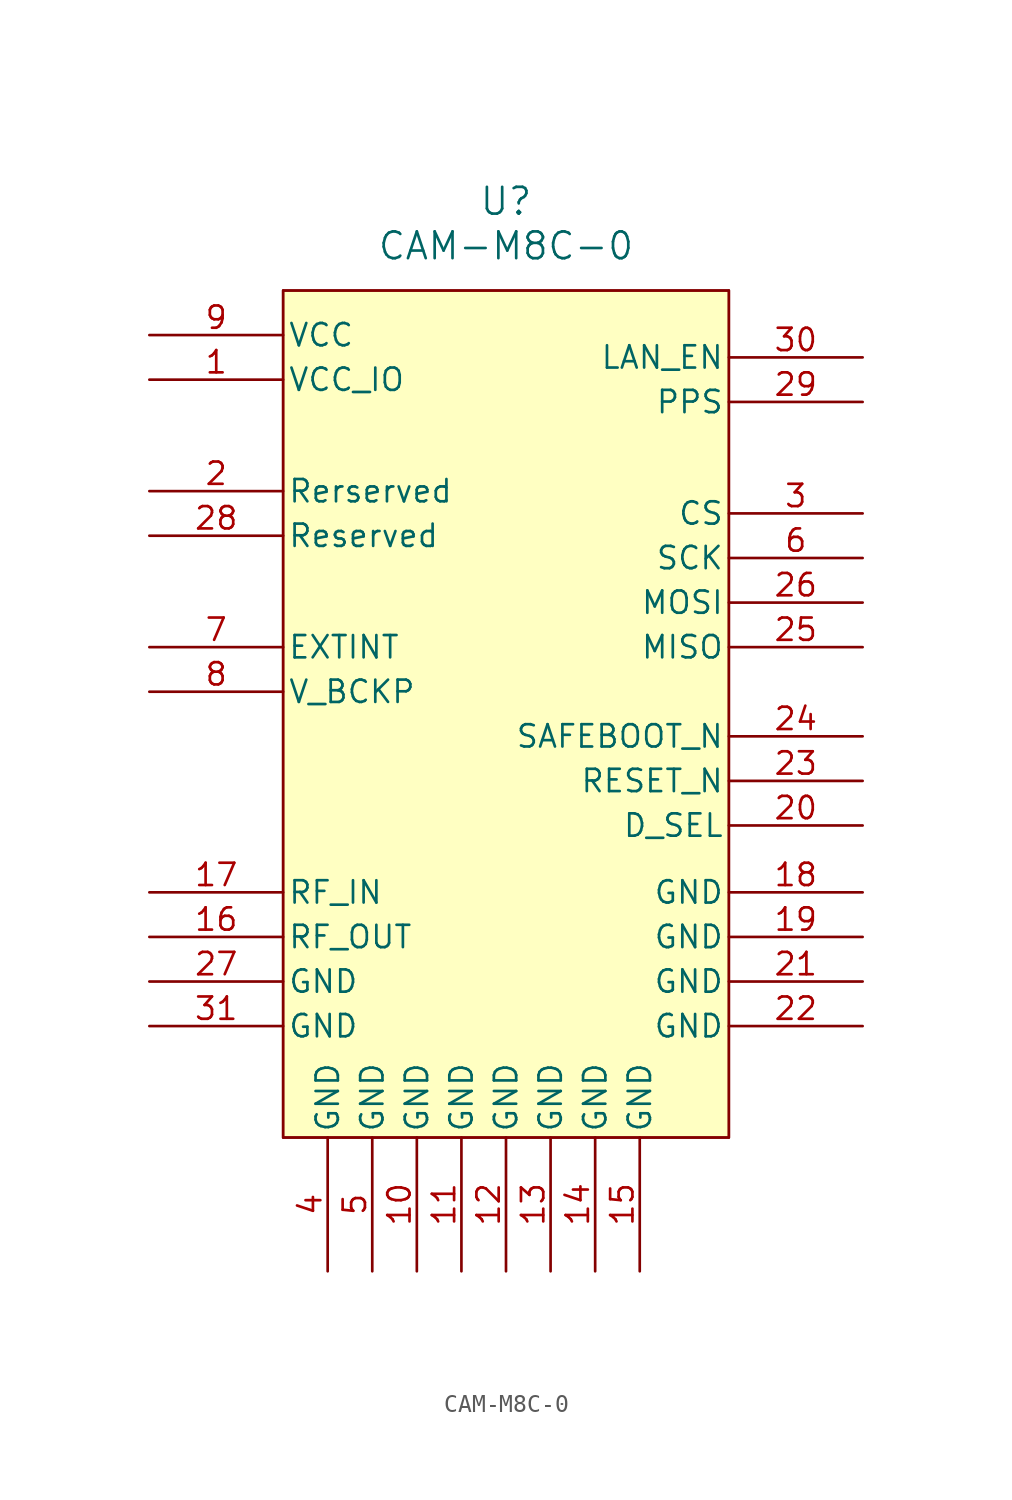
<source format=kicad_sym>
(kicad_symbol_lib
  (version 20220914)
  (generator kicad_symbol_editor)
  (symbol "CAM-M8C-0"
    (pin_names
      (offset 0.254))
    (property "Reference" "U"
      (at 20.32 10.16 0)
      (effects (font (size 1.524 1.524))))
    (property "Value" "CAM-M8C-0"
      (at 20.32 7.62 0)
      (effects (font (size 1.524 1.524))))
    (property "ki_locked" ""
      (at 0 0 0)
      (effects (font (size 1.27 1.27))))
    (symbol "CAM-M8C-0_0_1"
      (polyline (pts (xy 7.62 -43.18) (xy 33.02 -43.18)) (stroke (width 0.127) (type default)) (fill (type none)))
      (polyline (pts (xy 7.62 5.08) (xy 7.62 -43.18)) (stroke (width 0.127) (type default)) (fill (type none)))
      (polyline (pts (xy 33.02 -43.18) (xy 33.02 5.08)) (stroke (width 0.127) (type default)) (fill (type none)))
      (polyline (pts (xy 33.02 5.08) (xy 7.62 5.08)) (stroke (width 0.127) (type default)) (fill (type none))))
    (symbol "CAM-M8C-0_1_1"
      (rectangle (start 7.62 5.08) (end 33.02 -43.18) (stroke (width 0) (type default)) (fill (type background)))
      (pin power_in line (at 0 0 0) (length 7.62) (name "VCC_IO" (effects (font (size 1.27 1.27)))) (number "1" (effects (font (size 1.27 1.27)))))
      (pin power_out line (at 15.24 -50.8 90) (length 7.62) (name "GND" (effects (font (size 1.27 1.27)))) (number "10" (effects (font (size 1.27 1.27)))))
      (pin power_out line (at 17.78 -50.8 90) (length 7.62) (name "GND" (effects (font (size 1.27 1.27)))) (number "11" (effects (font (size 1.27 1.27)))))
      (pin power_out line (at 20.32 -50.8 90) (length 7.62) (name "GND" (effects (font (size 1.27 1.27)))) (number "12" (effects (font (size 1.27 1.27)))))
      (pin power_out line (at 22.86 -50.8 90) (length 7.62) (name "GND" (effects (font (size 1.27 1.27)))) (number "13" (effects (font (size 1.27 1.27)))))
      (pin power_out line (at 25.4 -50.8 90) (length 7.62) (name "GND" (effects (font (size 1.27 1.27)))) (number "14" (effects (font (size 1.27 1.27)))))
      (pin power_out line (at 27.94 -50.8 90) (length 7.62) (name "GND" (effects (font (size 1.27 1.27)))) (number "15" (effects (font (size 1.27 1.27)))))
      (pin output line (at 0 -31.75 0) (length 7.62) (name "RF_OUT" (effects (font (size 1.27 1.27)))) (number "16" (effects (font (size 1.27 1.27)))))
      (pin unspecified line (at 0 -29.21 0) (length 7.62) (name "RF_IN" (effects (font (size 1.27 1.27)))) (number "17" (effects (font (size 1.27 1.27)))))
      (pin power_out line (at 40.64 -29.21 180) (length 7.62) (name "GND" (effects (font (size 1.27 1.27)))) (number "18" (effects (font (size 1.27 1.27)))))
      (pin power_out line (at 40.64 -31.75 180) (length 7.62) (name "GND" (effects (font (size 1.27 1.27)))) (number "19" (effects (font (size 1.27 1.27)))))
      (pin unspecified line (at 0 -6.35 0) (length 7.62) (name "Rerserved" (effects (font (size 1.27 1.27)))) (number "2" (effects (font (size 1.27 1.27)))))
      (pin unspecified line (at 40.64 -25.4 180) (length 7.62) (name "D_SEL" (effects (font (size 1.27 1.27)))) (number "20" (effects (font (size 1.27 1.27)))))
      (pin power_out line (at 40.64 -34.29 180) (length 7.62) (name "GND" (effects (font (size 1.27 1.27)))) (number "21" (effects (font (size 1.27 1.27)))))
      (pin power_out line (at 40.64 -36.83 180) (length 7.62) (name "GND" (effects (font (size 1.27 1.27)))) (number "22" (effects (font (size 1.27 1.27)))))
      (pin unspecified line (at 40.64 -22.86 180) (length 7.62) (name "RESET_N" (effects (font (size 1.27 1.27)))) (number "23" (effects (font (size 1.27 1.27)))))
      (pin unspecified line (at 40.64 -20.32 180) (length 7.62) (name "SAFEBOOT_N" (effects (font (size 1.27 1.27)))) (number "24" (effects (font (size 1.27 1.27)))))
      (pin unspecified line (at 40.64 -15.24 180) (length 7.62) (name "MISO" (effects (font (size 1.27 1.27)))) (number "25" (effects (font (size 1.27 1.27)))))
      (pin unspecified line (at 40.64 -12.7 180) (length 7.62) (name "MOSI" (effects (font (size 1.27 1.27)))) (number "26" (effects (font (size 1.27 1.27)))))
      (pin power_out line (at 0 -34.29 0) (length 7.62) (name "GND" (effects (font (size 1.27 1.27)))) (number "27" (effects (font (size 1.27 1.27)))))
      (pin unspecified line (at 0 -8.89 0) (length 7.62) (name "Reserved" (effects (font (size 1.27 1.27)))) (number "28" (effects (font (size 1.27 1.27)))))
      (pin unspecified line (at 40.64 -1.27 180) (length 7.62) (name "PPS" (effects (font (size 1.27 1.27)))) (number "29" (effects (font (size 1.27 1.27)))))
      (pin unspecified line (at 40.64 -7.62 180) (length 7.62) (name "CS" (effects (font (size 1.27 1.27)))) (number "3" (effects (font (size 1.27 1.27)))))
      (pin unspecified line (at 40.64 1.27 180) (length 7.62) (name "LAN_EN" (effects (font (size 1.27 1.27)))) (number "30" (effects (font (size 1.27 1.27)))))
      (pin power_out line (at 0 -36.83 0) (length 7.62) (name "GND" (effects (font (size 1.27 1.27)))) (number "31" (effects (font (size 1.27 1.27)))))
      (pin power_out line (at 10.16 -50.8 90) (length 7.62) (name "GND" (effects (font (size 1.27 1.27)))) (number "4" (effects (font (size 1.27 1.27)))))
      (pin power_out line (at 12.7 -50.8 90) (length 7.62) (name "GND" (effects (font (size 1.27 1.27)))) (number "5" (effects (font (size 1.27 1.27)))))
      (pin unspecified line (at 40.64 -10.16 180) (length 7.62) (name "SCK" (effects (font (size 1.27 1.27)))) (number "6" (effects (font (size 1.27 1.27)))))
      (pin unspecified line (at 0 -15.24 0) (length 7.62) (name "EXTINT" (effects (font (size 1.27 1.27)))) (number "7" (effects (font (size 1.27 1.27)))))
      (pin unspecified line (at 0 -17.78 0) (length 7.62) (name "V_BCKP" (effects (font (size 1.27 1.27)))) (number "8" (effects (font (size 1.27 1.27)))))
      (pin power_in line (at 0 2.54 0) (length 7.62) (name "VCC" (effects (font (size 1.27 1.27)))) (number "9" (effects (font (size 1.27 1.27))))))))
</source>
